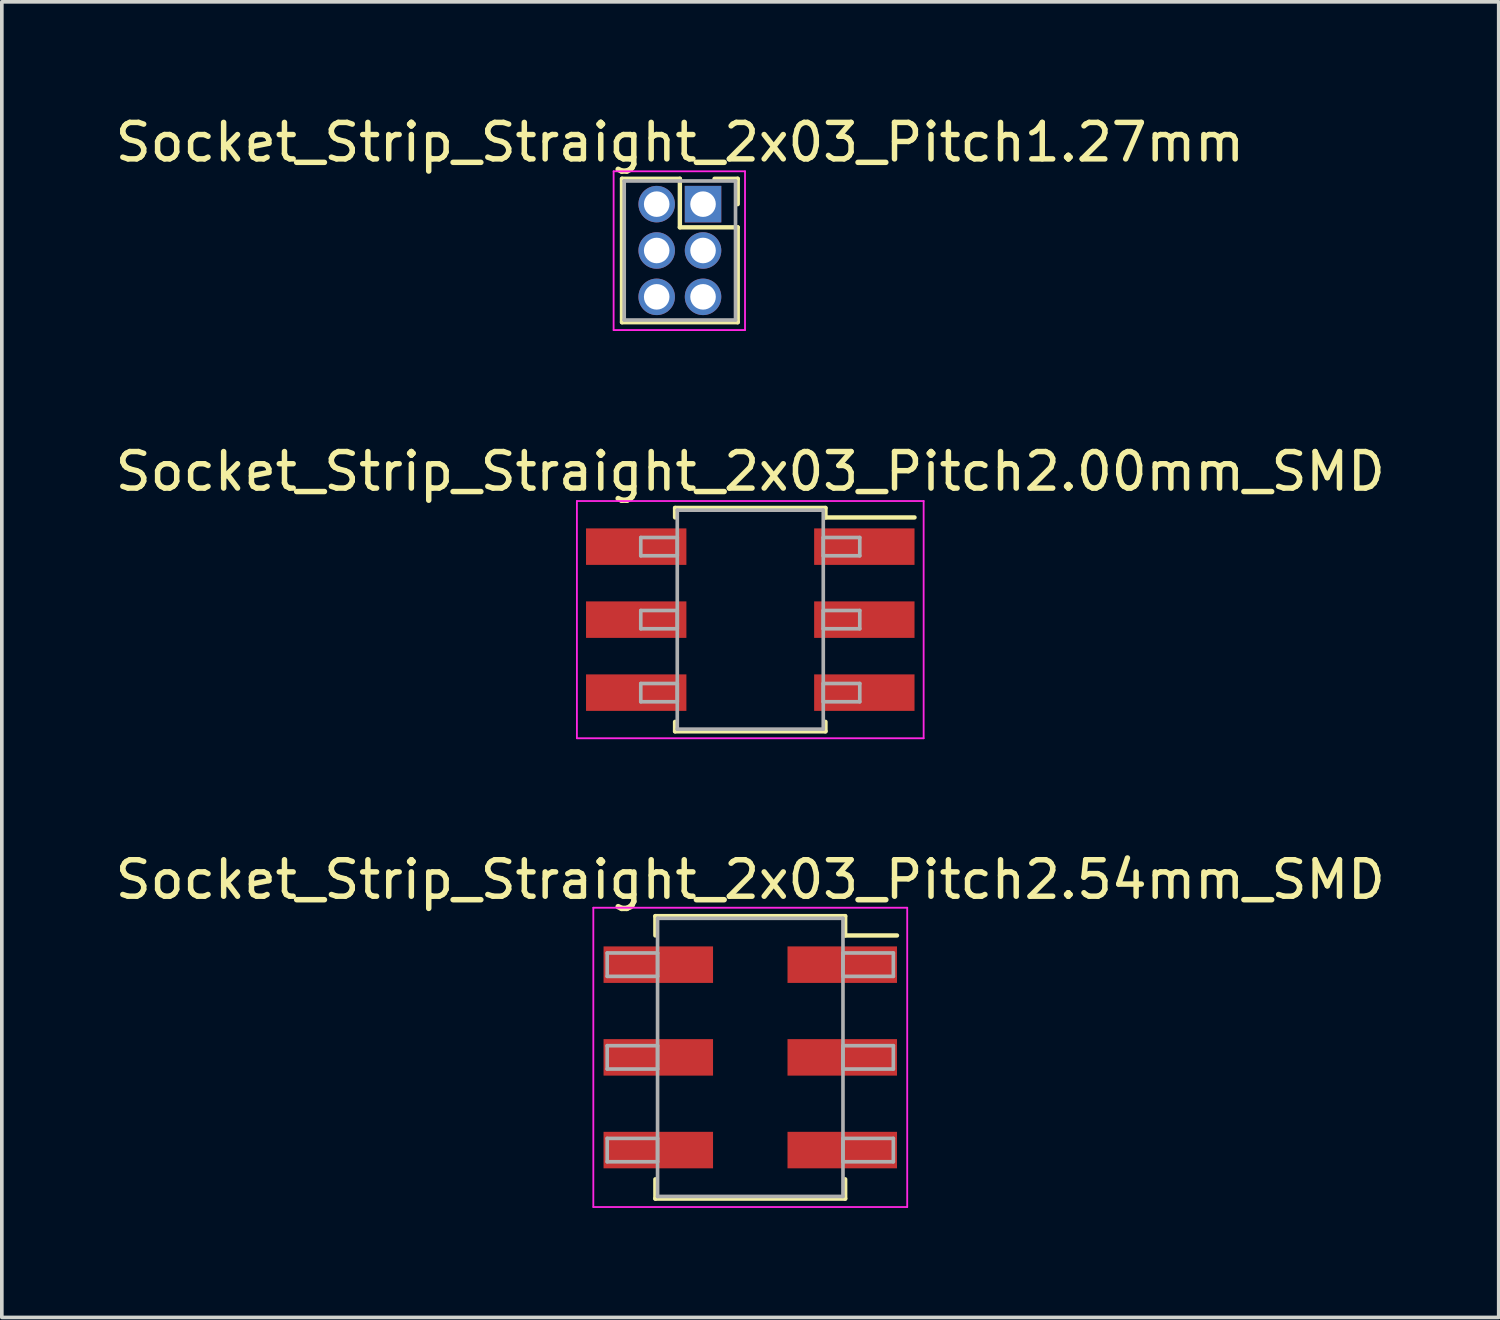
<source format=kicad_pcb>
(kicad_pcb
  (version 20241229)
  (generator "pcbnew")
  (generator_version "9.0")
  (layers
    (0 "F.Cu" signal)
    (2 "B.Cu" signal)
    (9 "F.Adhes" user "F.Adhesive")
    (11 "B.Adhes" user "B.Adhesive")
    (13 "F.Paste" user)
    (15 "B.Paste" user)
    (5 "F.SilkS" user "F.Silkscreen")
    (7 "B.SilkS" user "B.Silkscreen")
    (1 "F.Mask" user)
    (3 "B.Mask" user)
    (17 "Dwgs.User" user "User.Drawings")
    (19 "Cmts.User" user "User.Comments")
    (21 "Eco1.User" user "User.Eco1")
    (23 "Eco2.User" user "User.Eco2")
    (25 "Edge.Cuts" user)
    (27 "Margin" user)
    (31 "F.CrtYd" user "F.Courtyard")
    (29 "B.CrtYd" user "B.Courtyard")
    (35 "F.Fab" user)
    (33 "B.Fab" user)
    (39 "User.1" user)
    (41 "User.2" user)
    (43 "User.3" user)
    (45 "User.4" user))
  (footprint "Socket_Strip_Straight_2x03_Pitch2.54mm_SMD"
    (layer "F.Cu")
    (at 17.506 25.92)
    (property "Reference" "Socket_Strip_Straight_2x03_Pitch2.54mm_SMD" (at 0 -4.87 0) (layer "F.SilkS") (effects (font (size 1 1) (thickness 0.15))))
    (attr smd)
    (fp_line (start -2.6 -3.87) (end 2.6 -3.87) (stroke (width 0.12) (type solid)) (layer "F.SilkS"))
    (fp_line (start -2.6 -3.34) (end -2.6 -3.87) (stroke (width 0.12) (type solid)) (layer "F.SilkS"))
    (fp_line (start -2.6 3.34) (end -2.6 3.87) (stroke (width 0.12) (type solid)) (layer "F.SilkS"))
    (fp_line (start -2.6 3.87) (end 2.6 3.87) (stroke (width 0.12) (type solid)) (layer "F.SilkS"))
    (fp_line (start 2.6 -3.87) (end 2.6 -3.34) (stroke (width 0.12) (type solid)) (layer "F.SilkS"))
    (fp_line (start 2.6 3.87) (end 2.6 3.34) (stroke (width 0.12) (type solid)) (layer "F.SilkS"))
    (fp_line (start 4.02 -3.34) (end 2.6 -3.34) (stroke (width 0.12) (type solid)) (layer "F.SilkS"))
    (fp_line (start -4.3 -4.1) (end -4.3 4.1) (stroke (width 0.05) (type solid)) (layer "F.CrtYd"))
    (fp_line (start -4.3 4.1) (end 4.3 4.1) (stroke (width 0.05) (type solid)) (layer "F.CrtYd"))
    (fp_line (start 4.3 -4.1) (end -4.3 -4.1) (stroke (width 0.05) (type solid)) (layer "F.CrtYd"))
    (fp_line (start 4.3 4.1) (end 4.3 -4.1) (stroke (width 0.05) (type solid)) (layer "F.CrtYd"))
    (fp_line (start -3.92 -2.86) (end -2.54 -2.86) (stroke (width 0.1) (type solid)) (layer "F.Fab"))
    (fp_line (start -3.92 -2.22) (end -3.92 -2.86) (stroke (width 0.1) (type solid)) (layer "F.Fab"))
    (fp_line (start -3.92 -0.32) (end -2.54 -0.32) (stroke (width 0.1) (type solid)) (layer "F.Fab"))
    (fp_line (start -3.92 0.32) (end -3.92 -0.32) (stroke (width 0.1) (type solid)) (layer "F.Fab"))
    (fp_line (start -3.92 2.22) (end -2.54 2.22) (stroke (width 0.1) (type solid)) (layer "F.Fab"))
    (fp_line (start -3.92 2.86) (end -3.92 2.22) (stroke (width 0.1) (type solid)) (layer "F.Fab"))
    (fp_line (start -2.54 -3.81) (end -2.54 3.81) (stroke (width 0.1) (type solid)) (layer "F.Fab"))
    (fp_line (start -2.54 -2.86) (end -2.54 -2.22) (stroke (width 0.1) (type solid)) (layer "F.Fab"))
    (fp_line (start -2.54 -2.22) (end -3.92 -2.22) (stroke (width 0.1) (type solid)) (layer "F.Fab"))
    (fp_line (start -2.54 -0.32) (end -2.54 0.32) (stroke (width 0.1) (type solid)) (layer "F.Fab"))
    (fp_line (start -2.54 0.32) (end -3.92 0.32) (stroke (width 0.1) (type solid)) (layer "F.Fab"))
    (fp_line (start -2.54 2.22) (end -2.54 2.86) (stroke (width 0.1) (type solid)) (layer "F.Fab"))
    (fp_line (start -2.54 2.86) (end -3.92 2.86) (stroke (width 0.1) (type solid)) (layer "F.Fab"))
    (fp_line (start -2.54 3.81) (end 2.54 3.81) (stroke (width 0.1) (type solid)) (layer "F.Fab"))
    (fp_line (start 2.54 -3.81) (end -2.54 -3.81) (stroke (width 0.1) (type solid)) (layer "F.Fab"))
    (fp_line (start 2.54 -2.86) (end 2.54 -2.22) (stroke (width 0.1) (type solid)) (layer "F.Fab"))
    (fp_line (start 2.54 -2.22) (end 3.92 -2.22) (stroke (width 0.1) (type solid)) (layer "F.Fab"))
    (fp_line (start 2.54 -0.32) (end 2.54 0.32) (stroke (width 0.1) (type solid)) (layer "F.Fab"))
    (fp_line (start 2.54 0.32) (end 3.92 0.32) (stroke (width 0.1) (type solid)) (layer "F.Fab"))
    (fp_line (start 2.54 2.22) (end 2.54 2.86) (stroke (width 0.1) (type solid)) (layer "F.Fab"))
    (fp_line (start 2.54 2.86) (end 3.92 2.86) (stroke (width 0.1) (type solid)) (layer "F.Fab"))
    (fp_line (start 2.54 3.81) (end 2.54 -3.81) (stroke (width 0.1) (type solid)) (layer "F.Fab"))
    (fp_line (start 3.92 -2.86) (end 2.54 -2.86) (stroke (width 0.1) (type solid)) (layer "F.Fab"))
    (fp_line (start 3.92 -2.22) (end 3.92 -2.86) (stroke (width 0.1) (type solid)) (layer "F.Fab"))
    (fp_line (start 3.92 -0.32) (end 2.54 -0.32) (stroke (width 0.1) (type solid)) (layer "F.Fab"))
    (fp_line (start 3.92 0.32) (end 3.92 -0.32) (stroke (width 0.1) (type solid)) (layer "F.Fab"))
    (fp_line (start 3.92 2.22) (end 2.54 2.22) (stroke (width 0.1) (type solid)) (layer "F.Fab"))
    (fp_line (start 3.92 2.86) (end 3.92 2.22) (stroke (width 0.1) (type solid)) (layer "F.Fab"))
    (pad "1" smd rect (at 2.52 -2.54) (size 3 1) (layers "F.Cu" "F.Mask"))
    (pad "2" smd rect (at -2.52 -2.54) (size 3 1) (layers "F.Cu" "F.Mask"))
    (pad "3" smd rect (at 2.52 0) (size 3 1) (layers "F.Cu" "F.Mask"))
    (pad "4" smd rect (at -2.52 0) (size 3 1) (layers "F.Cu" "F.Mask"))
    (pad "5" smd rect (at 2.52 2.54) (size 3 1) (layers "F.Cu" "F.Mask"))
    (pad "6" smd rect (at -2.52 2.54) (size 3 1) (layers "F.Cu" "F.Mask")))
  (footprint "Socket_Strip_Straight_2x03_Pitch1.27mm"
    (layer "F.Cu")
    (at 16.212 2.543)
    (property "Reference" "Socket_Strip_Straight_2x03_Pitch1.27mm" (at -0.635 -1.695 0) (layer "F.SilkS") (effects (font (size 1 1) (thickness 0.15))))
    (attr through_hole)
    (fp_line (start -2.22 -0.695) (end -0.635 -0.695) (stroke (width 0.12) (type solid)) (layer "F.SilkS"))
    (fp_line (start -2.22 3.235) (end -2.22 -0.695) (stroke (width 0.12) (type solid)) (layer "F.SilkS"))
    (fp_line (start -0.635 -0.695) (end -0.635 0.635) (stroke (width 0.12) (type solid)) (layer "F.SilkS"))
    (fp_line (start -0.635 0.635) (end 0.95 0.635) (stroke (width 0.12) (type solid)) (layer "F.SilkS"))
    (fp_line (start 0.95 -0.695) (end 0.315 -0.695) (stroke (width 0.12) (type solid)) (layer "F.SilkS"))
    (fp_line (start 0.95 0) (end 0.95 -0.695) (stroke (width 0.12) (type solid)) (layer "F.SilkS"))
    (fp_line (start 0.95 0.635) (end 0.95 3.235) (stroke (width 0.12) (type solid)) (layer "F.SilkS"))
    (fp_line (start 0.95 3.235) (end -2.22 3.235) (stroke (width 0.12) (type solid)) (layer "F.SilkS"))
    (fp_line (start -2.45 -0.9) (end -2.45 3.45) (stroke (width 0.05) (type solid)) (layer "F.CrtYd"))
    (fp_line (start -2.45 3.45) (end 1.15 3.45) (stroke (width 0.05) (type solid)) (layer "F.CrtYd"))
    (fp_line (start 1.15 -0.9) (end -2.45 -0.9) (stroke (width 0.05) (type solid)) (layer "F.CrtYd"))
    (fp_line (start 1.15 3.45) (end 1.15 -0.9) (stroke (width 0.05) (type solid)) (layer "F.CrtYd"))
    (fp_line (start -2.16 -0.635) (end -2.16 3.175) (stroke (width 0.1) (type solid)) (layer "F.Fab"))
    (fp_line (start -2.16 3.175) (end 0.89 3.175) (stroke (width 0.1) (type solid)) (layer "F.Fab"))
    (fp_line (start 0.89 -0.635) (end -2.16 -0.635) (stroke (width 0.1) (type solid)) (layer "F.Fab"))
    (fp_line (start 0.89 3.175) (end 0.89 -0.635) (stroke (width 0.1) (type solid)) (layer "F.Fab"))
    (pad "1" thru_hole rect (at 0 0) (size 1 1) (drill 0.7) (layers "*.Cu" "*.Mask"))
    (pad "2" thru_hole oval (at -1.27 0) (size 1 1) (drill 0.7) (layers "*.Cu" "*.Mask"))
    (pad "3" thru_hole oval (at 0 1.27) (size 1 1) (drill 0.7) (layers "*.Cu" "*.Mask"))
    (pad "4" thru_hole oval (at -1.27 1.27) (size 1 1) (drill 0.7) (layers "*.Cu" "*.Mask"))
    (pad "5" thru_hole oval (at 0 2.54) (size 1 1) (drill 0.7) (layers "*.Cu" "*.Mask"))
    (pad "6" thru_hole oval (at -1.27 2.54) (size 1 1) (drill 0.7) (layers "*.Cu" "*.Mask")))
  (footprint "Socket_Strip_Straight_2x03_Pitch2.00mm_SMD"
    (layer "F.Cu")
    (at 17.506 13.927)
    (property "Reference" "Socket_Strip_Straight_2x03_Pitch2.00mm_SMD" (at 0 -4.06 0) (layer "F.SilkS") (effects (font (size 1 1) (thickness 0.15))))
    (attr smd)
    (fp_line (start -2.06 -3.06) (end 2.06 -3.06) (stroke (width 0.12) (type solid)) (layer "F.SilkS"))
    (fp_line (start -2.06 -2.8) (end -2.06 -3.06) (stroke (width 0.12) (type solid)) (layer "F.SilkS"))
    (fp_line (start -2.06 2.8) (end -2.06 3.06) (stroke (width 0.12) (type solid)) (layer "F.SilkS"))
    (fp_line (start -2.06 3.06) (end 2.06 3.06) (stroke (width 0.12) (type solid)) (layer "F.SilkS"))
    (fp_line (start 2.06 -3.06) (end 2.06 -2.8) (stroke (width 0.12) (type solid)) (layer "F.SilkS"))
    (fp_line (start 2.06 3.06) (end 2.06 2.8) (stroke (width 0.12) (type solid)) (layer "F.SilkS"))
    (fp_line (start 4.5 -2.8) (end 2.06 -2.8) (stroke (width 0.12) (type solid)) (layer "F.SilkS"))
    (fp_line (start -4.75 -3.25) (end -4.75 3.25) (stroke (width 0.05) (type solid)) (layer "F.CrtYd"))
    (fp_line (start -4.75 3.25) (end 4.75 3.25) (stroke (width 0.05) (type solid)) (layer "F.CrtYd"))
    (fp_line (start 4.75 -3.25) (end -4.75 -3.25) (stroke (width 0.05) (type solid)) (layer "F.CrtYd"))
    (fp_line (start 4.75 3.25) (end 4.75 -3.25) (stroke (width 0.05) (type solid)) (layer "F.CrtYd"))
    (fp_line (start -3 -2.25) (end -2 -2.25) (stroke (width 0.1) (type solid)) (layer "F.Fab"))
    (fp_line (start -3 -1.75) (end -3 -2.25) (stroke (width 0.1) (type solid)) (layer "F.Fab"))
    (fp_line (start -3 -0.25) (end -2 -0.25) (stroke (width 0.1) (type solid)) (layer "F.Fab"))
    (fp_line (start -3 0.25) (end -3 -0.25) (stroke (width 0.1) (type solid)) (layer "F.Fab"))
    (fp_line (start -3 1.75) (end -2 1.75) (stroke (width 0.1) (type solid)) (layer "F.Fab"))
    (fp_line (start -3 2.25) (end -3 1.75) (stroke (width 0.1) (type solid)) (layer "F.Fab"))
    (fp_line (start -2 -3) (end -2 3) (stroke (width 0.1) (type solid)) (layer "F.Fab"))
    (fp_line (start -2 -2.25) (end -2 -1.75) (stroke (width 0.1) (type solid)) (layer "F.Fab"))
    (fp_line (start -2 -1.75) (end -3 -1.75) (stroke (width 0.1) (type solid)) (layer "F.Fab"))
    (fp_line (start -2 -0.25) (end -2 0.25) (stroke (width 0.1) (type solid)) (layer "F.Fab"))
    (fp_line (start -2 0.25) (end -3 0.25) (stroke (width 0.1) (type solid)) (layer "F.Fab"))
    (fp_line (start -2 1.75) (end -2 2.25) (stroke (width 0.1) (type solid)) (layer "F.Fab"))
    (fp_line (start -2 2.25) (end -3 2.25) (stroke (width 0.1) (type solid)) (layer "F.Fab"))
    (fp_line (start -2 3) (end 2 3) (stroke (width 0.1) (type solid)) (layer "F.Fab"))
    (fp_line (start 2 -3) (end -2 -3) (stroke (width 0.1) (type solid)) (layer "F.Fab"))
    (fp_line (start 2 -2.25) (end 2 -1.75) (stroke (width 0.1) (type solid)) (layer "F.Fab"))
    (fp_line (start 2 -1.75) (end 3 -1.75) (stroke (width 0.1) (type solid)) (layer "F.Fab"))
    (fp_line (start 2 -0.25) (end 2 0.25) (stroke (width 0.1) (type solid)) (layer "F.Fab"))
    (fp_line (start 2 0.25) (end 3 0.25) (stroke (width 0.1) (type solid)) (layer "F.Fab"))
    (fp_line (start 2 1.75) (end 2 2.25) (stroke (width 0.1) (type solid)) (layer "F.Fab"))
    (fp_line (start 2 2.25) (end 3 2.25) (stroke (width 0.1) (type solid)) (layer "F.Fab"))
    (fp_line (start 2 3) (end 2 -3) (stroke (width 0.1) (type solid)) (layer "F.Fab"))
    (fp_line (start 3 -2.25) (end 2 -2.25) (stroke (width 0.1) (type solid)) (layer "F.Fab"))
    (fp_line (start 3 -1.75) (end 3 -2.25) (stroke (width 0.1) (type solid)) (layer "F.Fab"))
    (fp_line (start 3 -0.25) (end 2 -0.25) (stroke (width 0.1) (type solid)) (layer "F.Fab"))
    (fp_line (start 3 0.25) (end 3 -0.25) (stroke (width 0.1) (type solid)) (layer "F.Fab"))
    (fp_line (start 3 1.75) (end 2 1.75) (stroke (width 0.1) (type solid)) (layer "F.Fab"))
    (fp_line (start 3 2.25) (end 3 1.75) (stroke (width 0.1) (type solid)) (layer "F.Fab"))
    (pad "1" smd rect (at 3.125 -2) (size 2.75 1) (layers "F.Cu" "F.Mask"))
    (pad "2" smd rect (at -3.125 -2) (size 2.75 1) (layers "F.Cu" "F.Mask"))
    (pad "3" smd rect (at 3.125 0) (size 2.75 1) (layers "F.Cu" "F.Mask"))
    (pad "4" smd rect (at -3.125 0) (size 2.75 1) (layers "F.Cu" "F.Mask"))
    (pad "5" smd rect (at 3.125 2) (size 2.75 1) (layers "F.Cu" "F.Mask"))
    (pad "6" smd rect (at -3.125 2) (size 2.75 1) (layers "F.Cu" "F.Mask")))
  (gr_rect
    (start -3 -3)
    (end 38.012 33.045)
    (stroke (width 0.1) (type default))
    (fill no)
    (layer "Edge.Cuts")))
</source>
